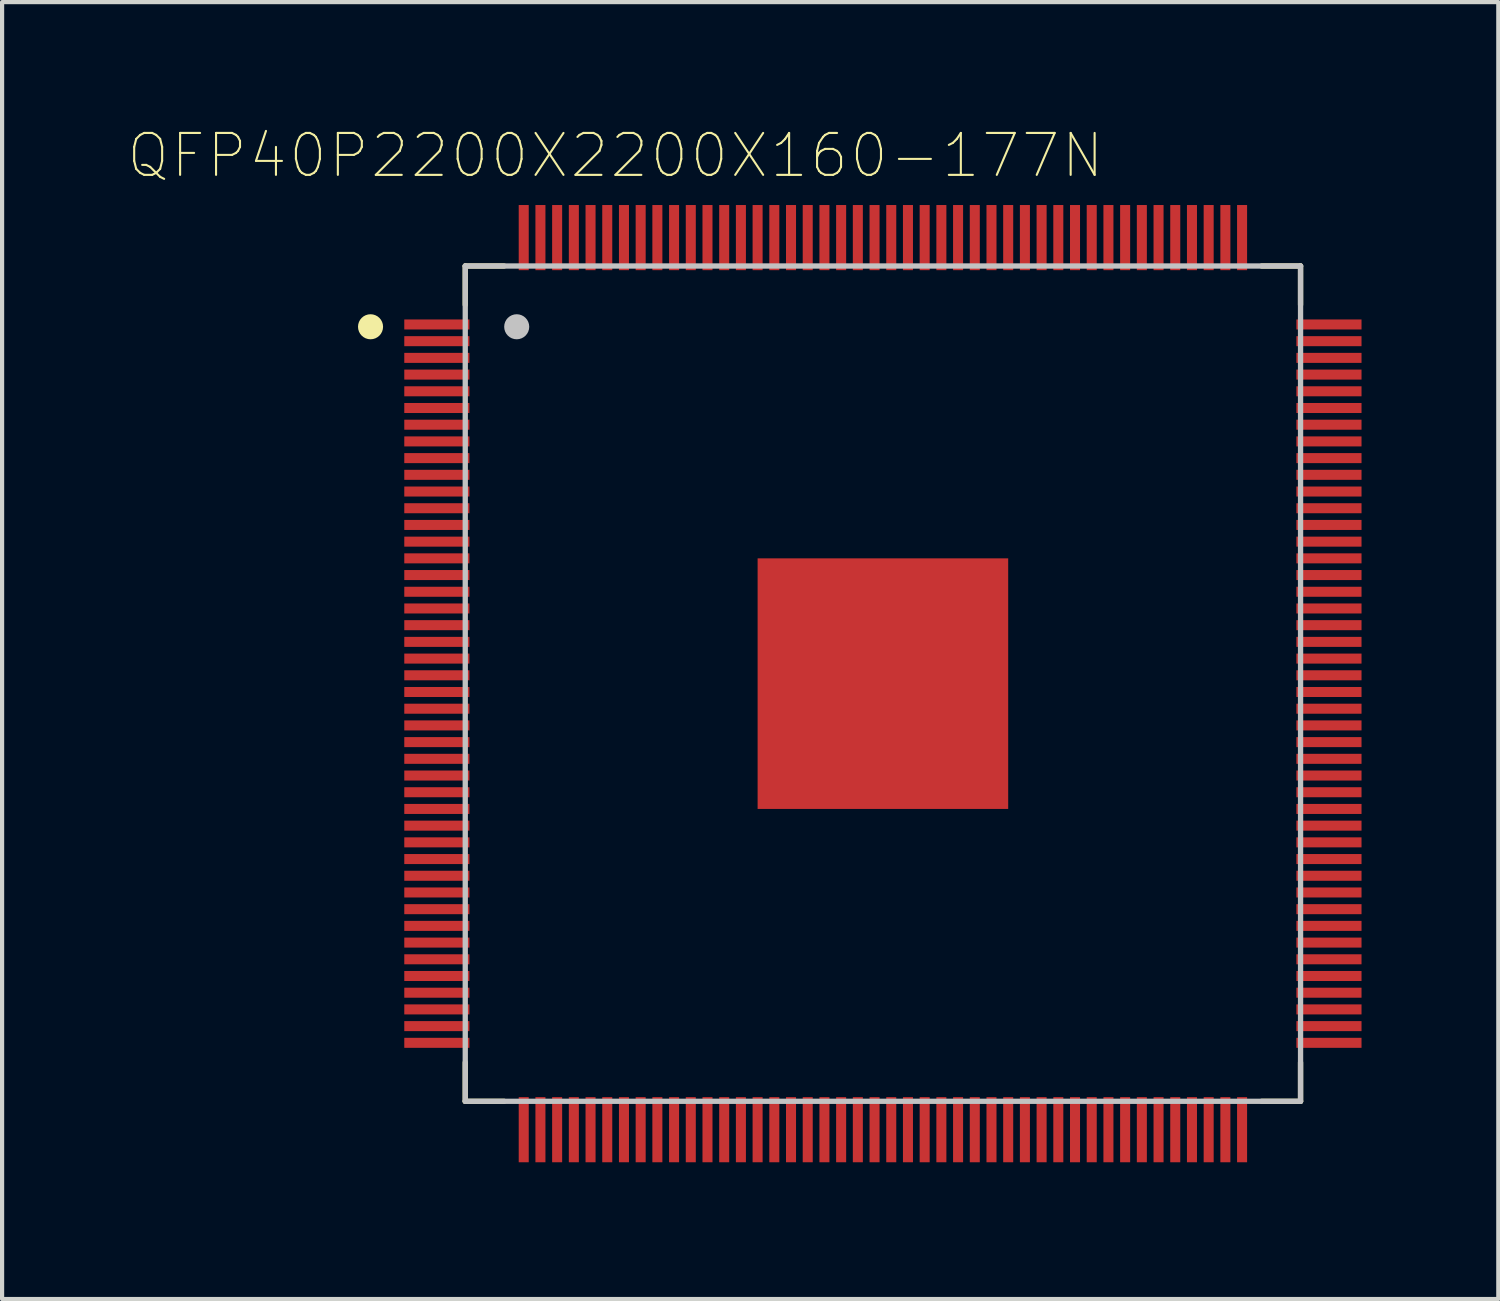
<source format=kicad_pcb>
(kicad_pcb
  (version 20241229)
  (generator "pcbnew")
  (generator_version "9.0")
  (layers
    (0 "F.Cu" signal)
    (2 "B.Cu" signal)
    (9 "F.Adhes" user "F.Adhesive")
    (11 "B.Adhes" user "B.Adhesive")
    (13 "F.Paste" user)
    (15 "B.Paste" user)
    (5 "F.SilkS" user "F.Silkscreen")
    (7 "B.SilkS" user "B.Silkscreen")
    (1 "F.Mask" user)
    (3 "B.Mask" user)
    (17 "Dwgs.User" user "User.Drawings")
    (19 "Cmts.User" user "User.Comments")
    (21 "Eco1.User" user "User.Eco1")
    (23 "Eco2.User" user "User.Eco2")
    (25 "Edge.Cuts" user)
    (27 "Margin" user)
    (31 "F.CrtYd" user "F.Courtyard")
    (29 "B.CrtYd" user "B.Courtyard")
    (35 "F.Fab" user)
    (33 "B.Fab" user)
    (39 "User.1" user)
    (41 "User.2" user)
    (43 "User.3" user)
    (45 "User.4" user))
  (footprint "QFP40P2200X2200X160-177N"
    (layer "F.Cu")
    (at 18.09 13.319)
    (property "Reference" "QFP40P2200X2200X160-177N" (at -6.405 -12.644 0) (layer "F.SilkS") (effects (font (size 1.004 1.004) (thickness 0.05))))
    (attr smd)
    (fp_line (start -10 -10) (end -10 -9.07) (stroke (width 0.127) (type solid)) (layer "F.SilkS"))
    (fp_line (start -10 -10) (end -9.07 -10) (stroke (width 0.127) (type solid)) (layer "F.SilkS"))
    (fp_line (start -10 10) (end -10 9.07) (stroke (width 0.127) (type solid)) (layer "F.SilkS"))
    (fp_line (start -10 10) (end -9.07 10) (stroke (width 0.127) (type solid)) (layer "F.SilkS"))
    (fp_line (start 10 -10) (end 9.07 -10) (stroke (width 0.127) (type solid)) (layer "F.SilkS"))
    (fp_line (start 10 -10) (end 10 -9.07) (stroke (width 0.127) (type solid)) (layer "F.SilkS"))
    (fp_line (start 10 10) (end 9.07 10) (stroke (width 0.127) (type solid)) (layer "F.SilkS"))
    (fp_line (start 10 10) (end 10 9.07) (stroke (width 0.127) (type solid)) (layer "F.SilkS"))
    (fp_circle (center -12.268 -8.545) (end -12.118 -8.545) (stroke (width 0.3) (type solid)) (fill no) (layer "F.SilkS"))
    (fp_poly (pts (xy -2.623 0.39) (xy -0.39 0.39) (xy -0.39 2.623) (xy -2.623 2.623)) (stroke (width 0) (type solid)) (fill yes) (layer "F.Paste"))
    (fp_poly (pts (xy -2.615 -2.61) (xy -0.39 -2.61) (xy -0.39 -0.391) (xy -2.615 -0.391)) (stroke (width 0) (type solid)) (fill yes) (layer "F.Paste"))
    (fp_poly (pts (xy 0.392 -2.61) (xy 2.61 -2.61) (xy 2.61 -0.392) (xy 0.392 -0.392)) (stroke (width 0) (type solid)) (fill yes) (layer "F.Paste"))
    (fp_poly (pts (xy 0.393 0.39) (xy 2.61 0.39) (xy 2.61 2.628) (xy 0.393 2.628)) (stroke (width 0) (type solid)) (fill yes) (layer "F.Paste"))
    (fp_line (start -10 10) (end -10 -10) (stroke (width 0.127) (type solid)) (layer "Dwgs.User"))
    (fp_line (start 10 -10) (end -10 -10) (stroke (width 0.127) (type solid)) (layer "Dwgs.User"))
    (fp_line (start 10 10) (end -10 10) (stroke (width 0.127) (type solid)) (layer "Dwgs.User"))
    (fp_line (start 10 10) (end 10 -10) (stroke (width 0.127) (type solid)) (layer "Dwgs.User"))
    (fp_circle (center -8.768 -8.545) (end -8.618 -8.545) (stroke (width 0.3) (type solid)) (fill no) (layer "Dwgs.User"))
    (fp_line (start -11.71 -11.71) (end 11.71 -11.71) (stroke (width 0.05) (type solid)) (layer "Eco1.User"))
    (fp_line (start -11.71 11.71) (end -11.71 -11.71) (stroke (width 0.05) (type solid)) (layer "Eco1.User"))
    (fp_line (start -11.71 11.71) (end 11.71 11.71) (stroke (width 0.05) (type solid)) (layer "Eco1.User"))
    (fp_line (start 11.71 11.71) (end 11.71 -11.71) (stroke (width 0.05) (type solid)) (layer "Eco1.User"))
    (pad "1" smd rect (at -10.68 -8.6) (size 1.56 0.24) (layers "F.Cu" "F.Mask" "F.Paste"))
    (pad "2" smd rect (at -10.68 -8.2) (size 1.56 0.24) (layers "F.Cu" "F.Mask" "F.Paste"))
    (pad "3" smd rect (at -10.68 -7.8) (size 1.56 0.24) (layers "F.Cu" "F.Mask" "F.Paste"))
    (pad "4" smd rect (at -10.68 -7.4) (size 1.56 0.24) (layers "F.Cu" "F.Mask" "F.Paste"))
    (pad "5" smd rect (at -10.68 -7) (size 1.56 0.24) (layers "F.Cu" "F.Mask" "F.Paste"))
    (pad "6" smd rect (at -10.68 -6.6) (size 1.56 0.24) (layers "F.Cu" "F.Mask" "F.Paste"))
    (pad "7" smd rect (at -10.68 -6.2) (size 1.56 0.24) (layers "F.Cu" "F.Mask" "F.Paste"))
    (pad "8" smd rect (at -10.68 -5.8) (size 1.56 0.24) (layers "F.Cu" "F.Mask" "F.Paste"))
    (pad "9" smd rect (at -10.68 -5.4) (size 1.56 0.24) (layers "F.Cu" "F.Mask" "F.Paste"))
    (pad "10" smd rect (at -10.68 -5) (size 1.56 0.24) (layers "F.Cu" "F.Mask" "F.Paste"))
    (pad "11" smd rect (at -10.68 -4.6) (size 1.56 0.24) (layers "F.Cu" "F.Mask" "F.Paste"))
    (pad "12" smd rect (at -10.68 -4.2) (size 1.56 0.24) (layers "F.Cu" "F.Mask" "F.Paste"))
    (pad "13" smd rect (at -10.68 -3.8) (size 1.56 0.24) (layers "F.Cu" "F.Mask" "F.Paste"))
    (pad "14" smd rect (at -10.68 -3.4) (size 1.56 0.24) (layers "F.Cu" "F.Mask" "F.Paste"))
    (pad "15" smd rect (at -10.68 -3) (size 1.56 0.24) (layers "F.Cu" "F.Mask" "F.Paste"))
    (pad "16" smd rect (at -10.68 -2.6) (size 1.56 0.24) (layers "F.Cu" "F.Mask" "F.Paste"))
    (pad "17" smd rect (at -10.68 -2.2) (size 1.56 0.24) (layers "F.Cu" "F.Mask" "F.Paste"))
    (pad "18" smd rect (at -10.68 -1.8) (size 1.56 0.24) (layers "F.Cu" "F.Mask" "F.Paste"))
    (pad "19" smd rect (at -10.68 -1.4) (size 1.56 0.24) (layers "F.Cu" "F.Mask" "F.Paste"))
    (pad "20" smd rect (at -10.68 -1) (size 1.56 0.24) (layers "F.Cu" "F.Mask" "F.Paste"))
    (pad "21" smd rect (at -10.68 -0.6) (size 1.56 0.24) (layers "F.Cu" "F.Mask" "F.Paste"))
    (pad "22" smd rect (at -10.68 -0.2) (size 1.56 0.24) (layers "F.Cu" "F.Mask" "F.Paste"))
    (pad "23" smd rect (at -10.68 0.2) (size 1.56 0.24) (layers "F.Cu" "F.Mask" "F.Paste"))
    (pad "24" smd rect (at -10.68 0.6) (size 1.56 0.24) (layers "F.Cu" "F.Mask" "F.Paste"))
    (pad "25" smd rect (at -10.68 1) (size 1.56 0.24) (layers "F.Cu" "F.Mask" "F.Paste"))
    (pad "26" smd rect (at -10.68 1.4) (size 1.56 0.24) (layers "F.Cu" "F.Mask" "F.Paste"))
    (pad "27" smd rect (at -10.68 1.8) (size 1.56 0.24) (layers "F.Cu" "F.Mask" "F.Paste"))
    (pad "28" smd rect (at -10.68 2.2) (size 1.56 0.24) (layers "F.Cu" "F.Mask" "F.Paste"))
    (pad "29" smd rect (at -10.68 2.6) (size 1.56 0.24) (layers "F.Cu" "F.Mask" "F.Paste"))
    (pad "30" smd rect (at -10.68 3) (size 1.56 0.24) (layers "F.Cu" "F.Mask" "F.Paste"))
    (pad "31" smd rect (at -10.68 3.4) (size 1.56 0.24) (layers "F.Cu" "F.Mask" "F.Paste"))
    (pad "32" smd rect (at -10.68 3.8) (size 1.56 0.24) (layers "F.Cu" "F.Mask" "F.Paste"))
    (pad "33" smd rect (at -10.68 4.2) (size 1.56 0.24) (layers "F.Cu" "F.Mask" "F.Paste"))
    (pad "34" smd rect (at -10.68 4.6) (size 1.56 0.24) (layers "F.Cu" "F.Mask" "F.Paste"))
    (pad "35" smd rect (at -10.68 5) (size 1.56 0.24) (layers "F.Cu" "F.Mask" "F.Paste"))
    (pad "36" smd rect (at -10.68 5.4) (size 1.56 0.24) (layers "F.Cu" "F.Mask" "F.Paste"))
    (pad "37" smd rect (at -10.68 5.8) (size 1.56 0.24) (layers "F.Cu" "F.Mask" "F.Paste"))
    (pad "38" smd rect (at -10.68 6.2) (size 1.56 0.24) (layers "F.Cu" "F.Mask" "F.Paste"))
    (pad "39" smd rect (at -10.68 6.6) (size 1.56 0.24) (layers "F.Cu" "F.Mask" "F.Paste"))
    (pad "40" smd rect (at -10.68 7) (size 1.56 0.24) (layers "F.Cu" "F.Mask" "F.Paste"))
    (pad "41" smd rect (at -10.68 7.4) (size 1.56 0.24) (layers "F.Cu" "F.Mask" "F.Paste"))
    (pad "42" smd rect (at -10.68 7.8) (size 1.56 0.24) (layers "F.Cu" "F.Mask" "F.Paste"))
    (pad "43" smd rect (at -10.68 8.2) (size 1.56 0.24) (layers "F.Cu" "F.Mask" "F.Paste"))
    (pad "44" smd rect (at -10.68 8.6) (size 1.56 0.24) (layers "F.Cu" "F.Mask" "F.Paste"))
    (pad "45" smd rect (at -8.6 10.68 90) (size 1.56 0.24) (layers "F.Cu" "F.Mask" "F.Paste"))
    (pad "46" smd rect (at -8.2 10.68 90) (size 1.56 0.24) (layers "F.Cu" "F.Mask" "F.Paste"))
    (pad "47" smd rect (at -7.8 10.68 90) (size 1.56 0.24) (layers "F.Cu" "F.Mask" "F.Paste"))
    (pad "48" smd rect (at -7.4 10.68 90) (size 1.56 0.24) (layers "F.Cu" "F.Mask" "F.Paste"))
    (pad "49" smd rect (at -7 10.68 90) (size 1.56 0.24) (layers "F.Cu" "F.Mask" "F.Paste"))
    (pad "50" smd rect (at -6.6 10.68 90) (size 1.56 0.24) (layers "F.Cu" "F.Mask" "F.Paste"))
    (pad "51" smd rect (at -6.2 10.68 90) (size 1.56 0.24) (layers "F.Cu" "F.Mask" "F.Paste"))
    (pad "52" smd rect (at -5.8 10.68 90) (size 1.56 0.24) (layers "F.Cu" "F.Mask" "F.Paste"))
    (pad "53" smd rect (at -5.4 10.68 90) (size 1.56 0.24) (layers "F.Cu" "F.Mask" "F.Paste"))
    (pad "54" smd rect (at -5 10.68 90) (size 1.56 0.24) (layers "F.Cu" "F.Mask" "F.Paste"))
    (pad "55" smd rect (at -4.6 10.68 90) (size 1.56 0.24) (layers "F.Cu" "F.Mask" "F.Paste"))
    (pad "56" smd rect (at -4.2 10.68 90) (size 1.56 0.24) (layers "F.Cu" "F.Mask" "F.Paste"))
    (pad "57" smd rect (at -3.8 10.68 90) (size 1.56 0.24) (layers "F.Cu" "F.Mask" "F.Paste"))
    (pad "58" smd rect (at -3.4 10.68 90) (size 1.56 0.24) (layers "F.Cu" "F.Mask" "F.Paste"))
    (pad "59" smd rect (at -3 10.68 90) (size 1.56 0.24) (layers "F.Cu" "F.Mask" "F.Paste"))
    (pad "60" smd rect (at -2.6 10.68 90) (size 1.56 0.24) (layers "F.Cu" "F.Mask" "F.Paste"))
    (pad "61" smd rect (at -2.2 10.68 90) (size 1.56 0.24) (layers "F.Cu" "F.Mask" "F.Paste"))
    (pad "62" smd rect (at -1.8 10.68 90) (size 1.56 0.24) (layers "F.Cu" "F.Mask" "F.Paste"))
    (pad "63" smd rect (at -1.4 10.68 90) (size 1.56 0.24) (layers "F.Cu" "F.Mask" "F.Paste"))
    (pad "64" smd rect (at -1 10.68 90) (size 1.56 0.24) (layers "F.Cu" "F.Mask" "F.Paste"))
    (pad "65" smd rect (at -0.6 10.68 90) (size 1.56 0.24) (layers "F.Cu" "F.Mask" "F.Paste"))
    (pad "66" smd rect (at -0.2 10.68 90) (size 1.56 0.24) (layers "F.Cu" "F.Mask" "F.Paste"))
    (pad "67" smd rect (at 0.2 10.68 90) (size 1.56 0.24) (layers "F.Cu" "F.Mask" "F.Paste"))
    (pad "68" smd rect (at 0.6 10.68 90) (size 1.56 0.24) (layers "F.Cu" "F.Mask" "F.Paste"))
    (pad "69" smd rect (at 1 10.68 90) (size 1.56 0.24) (layers "F.Cu" "F.Mask" "F.Paste"))
    (pad "70" smd rect (at 1.4 10.68 90) (size 1.56 0.24) (layers "F.Cu" "F.Mask" "F.Paste"))
    (pad "71" smd rect (at 1.8 10.68 90) (size 1.56 0.24) (layers "F.Cu" "F.Mask" "F.Paste"))
    (pad "72" smd rect (at 2.2 10.68 90) (size 1.56 0.24) (layers "F.Cu" "F.Mask" "F.Paste"))
    (pad "73" smd rect (at 2.6 10.68 90) (size 1.56 0.24) (layers "F.Cu" "F.Mask" "F.Paste"))
    (pad "74" smd rect (at 3 10.68 90) (size 1.56 0.24) (layers "F.Cu" "F.Mask" "F.Paste"))
    (pad "75" smd rect (at 3.4 10.68 90) (size 1.56 0.24) (layers "F.Cu" "F.Mask" "F.Paste"))
    (pad "76" smd rect (at 3.8 10.68 90) (size 1.56 0.24) (layers "F.Cu" "F.Mask" "F.Paste"))
    (pad "77" smd rect (at 4.2 10.68 90) (size 1.56 0.24) (layers "F.Cu" "F.Mask" "F.Paste"))
    (pad "78" smd rect (at 4.6 10.68 90) (size 1.56 0.24) (layers "F.Cu" "F.Mask" "F.Paste"))
    (pad "79" smd rect (at 5 10.68 90) (size 1.56 0.24) (layers "F.Cu" "F.Mask" "F.Paste"))
    (pad "80" smd rect (at 5.4 10.68 90) (size 1.56 0.24) (layers "F.Cu" "F.Mask" "F.Paste"))
    (pad "81" smd rect (at 5.8 10.68 90) (size 1.56 0.24) (layers "F.Cu" "F.Mask" "F.Paste"))
    (pad "82" smd rect (at 6.2 10.68 90) (size 1.56 0.24) (layers "F.Cu" "F.Mask" "F.Paste"))
    (pad "83" smd rect (at 6.6 10.68 90) (size 1.56 0.24) (layers "F.Cu" "F.Mask" "F.Paste"))
    (pad "84" smd rect (at 7 10.68 90) (size 1.56 0.24) (layers "F.Cu" "F.Mask" "F.Paste"))
    (pad "85" smd rect (at 7.4 10.68 90) (size 1.56 0.24) (layers "F.Cu" "F.Mask" "F.Paste"))
    (pad "86" smd rect (at 7.8 10.68 90) (size 1.56 0.24) (layers "F.Cu" "F.Mask" "F.Paste"))
    (pad "87" smd rect (at 8.2 10.68 90) (size 1.56 0.24) (layers "F.Cu" "F.Mask" "F.Paste"))
    (pad "88" smd rect (at 8.6 10.68 90) (size 1.56 0.24) (layers "F.Cu" "F.Mask" "F.Paste"))
    (pad "89" smd rect (at 10.68 8.6) (size 1.56 0.24) (layers "F.Cu" "F.Mask" "F.Paste"))
    (pad "90" smd rect (at 10.68 8.2) (size 1.56 0.24) (layers "F.Cu" "F.Mask" "F.Paste"))
    (pad "91" smd rect (at 10.68 7.8) (size 1.56 0.24) (layers "F.Cu" "F.Mask" "F.Paste"))
    (pad "92" smd rect (at 10.68 7.4) (size 1.56 0.24) (layers "F.Cu" "F.Mask" "F.Paste"))
    (pad "93" smd rect (at 10.68 7) (size 1.56 0.24) (layers "F.Cu" "F.Mask" "F.Paste"))
    (pad "94" smd rect (at 10.68 6.6) (size 1.56 0.24) (layers "F.Cu" "F.Mask" "F.Paste"))
    (pad "95" smd rect (at 10.68 6.2) (size 1.56 0.24) (layers "F.Cu" "F.Mask" "F.Paste"))
    (pad "96" smd rect (at 10.68 5.8) (size 1.56 0.24) (layers "F.Cu" "F.Mask" "F.Paste"))
    (pad "97" smd rect (at 10.68 5.4) (size 1.56 0.24) (layers "F.Cu" "F.Mask" "F.Paste"))
    (pad "98" smd rect (at 10.68 5) (size 1.56 0.24) (layers "F.Cu" "F.Mask" "F.Paste"))
    (pad "99" smd rect (at 10.68 4.6) (size 1.56 0.24) (layers "F.Cu" "F.Mask" "F.Paste"))
    (pad "100" smd rect (at 10.68 4.2) (size 1.56 0.24) (layers "F.Cu" "F.Mask" "F.Paste"))
    (pad "101" smd rect (at 10.68 3.8) (size 1.56 0.24) (layers "F.Cu" "F.Mask" "F.Paste"))
    (pad "102" smd rect (at 10.68 3.4) (size 1.56 0.24) (layers "F.Cu" "F.Mask" "F.Paste"))
    (pad "103" smd rect (at 10.68 3) (size 1.56 0.24) (layers "F.Cu" "F.Mask" "F.Paste"))
    (pad "104" smd rect (at 10.68 2.6) (size 1.56 0.24) (layers "F.Cu" "F.Mask" "F.Paste"))
    (pad "105" smd rect (at 10.68 2.2) (size 1.56 0.24) (layers "F.Cu" "F.Mask" "F.Paste"))
    (pad "106" smd rect (at 10.68 1.8) (size 1.56 0.24) (layers "F.Cu" "F.Mask" "F.Paste"))
    (pad "107" smd rect (at 10.68 1.4) (size 1.56 0.24) (layers "F.Cu" "F.Mask" "F.Paste"))
    (pad "108" smd rect (at 10.68 1) (size 1.56 0.24) (layers "F.Cu" "F.Mask" "F.Paste"))
    (pad "109" smd rect (at 10.68 0.6) (size 1.56 0.24) (layers "F.Cu" "F.Mask" "F.Paste"))
    (pad "110" smd rect (at 10.68 0.2) (size 1.56 0.24) (layers "F.Cu" "F.Mask" "F.Paste"))
    (pad "111" smd rect (at 10.68 -0.2) (size 1.56 0.24) (layers "F.Cu" "F.Mask" "F.Paste"))
    (pad "112" smd rect (at 10.68 -0.6) (size 1.56 0.24) (layers "F.Cu" "F.Mask" "F.Paste"))
    (pad "113" smd rect (at 10.68 -1) (size 1.56 0.24) (layers "F.Cu" "F.Mask" "F.Paste"))
    (pad "114" smd rect (at 10.68 -1.4) (size 1.56 0.24) (layers "F.Cu" "F.Mask" "F.Paste"))
    (pad "115" smd rect (at 10.68 -1.8) (size 1.56 0.24) (layers "F.Cu" "F.Mask" "F.Paste"))
    (pad "116" smd rect (at 10.68 -2.2) (size 1.56 0.24) (layers "F.Cu" "F.Mask" "F.Paste"))
    (pad "117" smd rect (at 10.68 -2.6) (size 1.56 0.24) (layers "F.Cu" "F.Mask" "F.Paste"))
    (pad "118" smd rect (at 10.68 -3) (size 1.56 0.24) (layers "F.Cu" "F.Mask" "F.Paste"))
    (pad "119" smd rect (at 10.68 -3.4) (size 1.56 0.24) (layers "F.Cu" "F.Mask" "F.Paste"))
    (pad "120" smd rect (at 10.68 -3.8) (size 1.56 0.24) (layers "F.Cu" "F.Mask" "F.Paste"))
    (pad "121" smd rect (at 10.68 -4.2) (size 1.56 0.24) (layers "F.Cu" "F.Mask" "F.Paste"))
    (pad "122" smd rect (at 10.68 -4.6) (size 1.56 0.24) (layers "F.Cu" "F.Mask" "F.Paste"))
    (pad "123" smd rect (at 10.68 -5) (size 1.56 0.24) (layers "F.Cu" "F.Mask" "F.Paste"))
    (pad "124" smd rect (at 10.68 -5.4) (size 1.56 0.24) (layers "F.Cu" "F.Mask" "F.Paste"))
    (pad "125" smd rect (at 10.68 -5.8) (size 1.56 0.24) (layers "F.Cu" "F.Mask" "F.Paste"))
    (pad "126" smd rect (at 10.68 -6.2) (size 1.56 0.24) (layers "F.Cu" "F.Mask" "F.Paste"))
    (pad "127" smd rect (at 10.68 -6.6) (size 1.56 0.24) (layers "F.Cu" "F.Mask" "F.Paste"))
    (pad "128" smd rect (at 10.68 -7) (size 1.56 0.24) (layers "F.Cu" "F.Mask" "F.Paste"))
    (pad "129" smd rect (at 10.68 -7.4) (size 1.56 0.24) (layers "F.Cu" "F.Mask" "F.Paste"))
    (pad "130" smd rect (at 10.68 -7.8) (size 1.56 0.24) (layers "F.Cu" "F.Mask" "F.Paste"))
    (pad "131" smd rect (at 10.68 -8.2) (size 1.56 0.24) (layers "F.Cu" "F.Mask" "F.Paste"))
    (pad "132" smd rect (at 10.68 -8.6) (size 1.56 0.24) (layers "F.Cu" "F.Mask" "F.Paste"))
    (pad "133" smd rect (at 8.6 -10.68 90) (size 1.56 0.24) (layers "F.Cu" "F.Mask" "F.Paste"))
    (pad "134" smd rect (at 8.2 -10.68 90) (size 1.56 0.24) (layers "F.Cu" "F.Mask" "F.Paste"))
    (pad "135" smd rect (at 7.8 -10.68 90) (size 1.56 0.24) (layers "F.Cu" "F.Mask" "F.Paste"))
    (pad "136" smd rect (at 7.4 -10.68 90) (size 1.56 0.24) (layers "F.Cu" "F.Mask" "F.Paste"))
    (pad "137" smd rect (at 7 -10.68 90) (size 1.56 0.24) (layers "F.Cu" "F.Mask" "F.Paste"))
    (pad "138" smd rect (at 6.6 -10.68 90) (size 1.56 0.24) (layers "F.Cu" "F.Mask" "F.Paste"))
    (pad "139" smd rect (at 6.2 -10.68 90) (size 1.56 0.24) (layers "F.Cu" "F.Mask" "F.Paste"))
    (pad "140" smd rect (at 5.8 -10.68 90) (size 1.56 0.24) (layers "F.Cu" "F.Mask" "F.Paste"))
    (pad "141" smd rect (at 5.4 -10.68 90) (size 1.56 0.24) (layers "F.Cu" "F.Mask" "F.Paste"))
    (pad "142" smd rect (at 5 -10.68 90) (size 1.56 0.24) (layers "F.Cu" "F.Mask" "F.Paste"))
    (pad "143" smd rect (at 4.6 -10.68 90) (size 1.56 0.24) (layers "F.Cu" "F.Mask" "F.Paste"))
    (pad "144" smd rect (at 4.2 -10.68 90) (size 1.56 0.24) (layers "F.Cu" "F.Mask" "F.Paste"))
    (pad "145" smd rect (at 3.8 -10.68 90) (size 1.56 0.24) (layers "F.Cu" "F.Mask" "F.Paste"))
    (pad "146" smd rect (at 3.4 -10.68 90) (size 1.56 0.24) (layers "F.Cu" "F.Mask" "F.Paste"))
    (pad "147" smd rect (at 3 -10.68 90) (size 1.56 0.24) (layers "F.Cu" "F.Mask" "F.Paste"))
    (pad "148" smd rect (at 2.6 -10.68 90) (size 1.56 0.24) (layers "F.Cu" "F.Mask" "F.Paste"))
    (pad "149" smd rect (at 2.2 -10.68 90) (size 1.56 0.24) (layers "F.Cu" "F.Mask" "F.Paste"))
    (pad "150" smd rect (at 1.8 -10.68 90) (size 1.56 0.24) (layers "F.Cu" "F.Mask" "F.Paste"))
    (pad "151" smd rect (at 1.4 -10.68 90) (size 1.56 0.24) (layers "F.Cu" "F.Mask" "F.Paste"))
    (pad "152" smd rect (at 1 -10.68 90) (size 1.56 0.24) (layers "F.Cu" "F.Mask" "F.Paste"))
    (pad "153" smd rect (at 0.6 -10.68 90) (size 1.56 0.24) (layers "F.Cu" "F.Mask" "F.Paste"))
    (pad "154" smd rect (at 0.2 -10.68 90) (size 1.56 0.24) (layers "F.Cu" "F.Mask" "F.Paste"))
    (pad "155" smd rect (at -0.2 -10.68 90) (size 1.56 0.24) (layers "F.Cu" "F.Mask" "F.Paste"))
    (pad "156" smd rect (at -0.6 -10.68 90) (size 1.56 0.24) (layers "F.Cu" "F.Mask" "F.Paste"))
    (pad "157" smd rect (at -1 -10.68 90) (size 1.56 0.24) (layers "F.Cu" "F.Mask" "F.Paste"))
    (pad "158" smd rect (at -1.4 -10.68 90) (size 1.56 0.24) (layers "F.Cu" "F.Mask" "F.Paste"))
    (pad "159" smd rect (at -1.8 -10.68 90) (size 1.56 0.24) (layers "F.Cu" "F.Mask" "F.Paste"))
    (pad "160" smd rect (at -2.2 -10.68 90) (size 1.56 0.24) (layers "F.Cu" "F.Mask" "F.Paste"))
    (pad "161" smd rect (at -2.6 -10.68 90) (size 1.56 0.24) (layers "F.Cu" "F.Mask" "F.Paste"))
    (pad "162" smd rect (at -3 -10.68 90) (size 1.56 0.24) (layers "F.Cu" "F.Mask" "F.Paste"))
    (pad "163" smd rect (at -3.4 -10.68 90) (size 1.56 0.24) (layers "F.Cu" "F.Mask" "F.Paste"))
    (pad "164" smd rect (at -3.8 -10.68 90) (size 1.56 0.24) (layers "F.Cu" "F.Mask" "F.Paste"))
    (pad "165" smd rect (at -4.2 -10.68 90) (size 1.56 0.24) (layers "F.Cu" "F.Mask" "F.Paste"))
    (pad "166" smd rect (at -4.6 -10.68 90) (size 1.56 0.24) (layers "F.Cu" "F.Mask" "F.Paste"))
    (pad "167" smd rect (at -5 -10.68 90) (size 1.56 0.24) (layers "F.Cu" "F.Mask" "F.Paste"))
    (pad "168" smd rect (at -5.4 -10.68 90) (size 1.56 0.24) (layers "F.Cu" "F.Mask" "F.Paste"))
    (pad "169" smd rect (at -5.8 -10.68 90) (size 1.56 0.24) (layers "F.Cu" "F.Mask" "F.Paste"))
    (pad "170" smd rect (at -6.2 -10.68 90) (size 1.56 0.24) (layers "F.Cu" "F.Mask" "F.Paste"))
    (pad "171" smd rect (at -6.6 -10.68 90) (size 1.56 0.24) (layers "F.Cu" "F.Mask" "F.Paste"))
    (pad "172" smd rect (at -7 -10.68 90) (size 1.56 0.24) (layers "F.Cu" "F.Mask" "F.Paste"))
    (pad "173" smd rect (at -7.4 -10.68 90) (size 1.56 0.24) (layers "F.Cu" "F.Mask" "F.Paste"))
    (pad "174" smd rect (at -7.8 -10.68 90) (size 1.56 0.24) (layers "F.Cu" "F.Mask" "F.Paste"))
    (pad "175" smd rect (at -8.2 -10.68 90) (size 1.56 0.24) (layers "F.Cu" "F.Mask" "F.Paste"))
    (pad "176" smd rect (at -8.6 -10.68 90) (size 1.56 0.24) (layers "F.Cu" "F.Mask" "F.Paste"))
    (pad "177" smd rect (at 0 0) (size 6 6) (layers "F.Cu" "F.Mask" "F.Paste")))
  (gr_rect
    (start -3 -3)
    (end 32.825 28.054)
    (stroke (width 0.1) (type default))
    (fill no)
    (layer "Edge.Cuts")))
</source>
